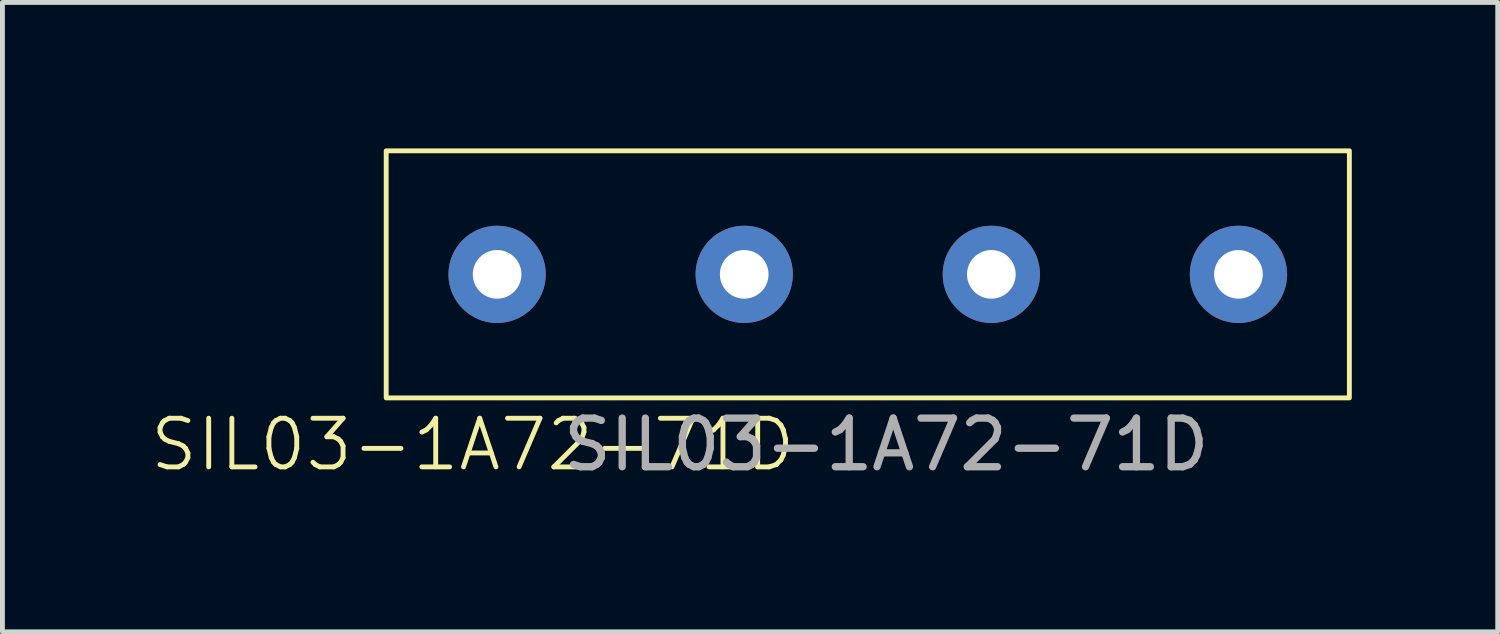
<source format=kicad_pcb>
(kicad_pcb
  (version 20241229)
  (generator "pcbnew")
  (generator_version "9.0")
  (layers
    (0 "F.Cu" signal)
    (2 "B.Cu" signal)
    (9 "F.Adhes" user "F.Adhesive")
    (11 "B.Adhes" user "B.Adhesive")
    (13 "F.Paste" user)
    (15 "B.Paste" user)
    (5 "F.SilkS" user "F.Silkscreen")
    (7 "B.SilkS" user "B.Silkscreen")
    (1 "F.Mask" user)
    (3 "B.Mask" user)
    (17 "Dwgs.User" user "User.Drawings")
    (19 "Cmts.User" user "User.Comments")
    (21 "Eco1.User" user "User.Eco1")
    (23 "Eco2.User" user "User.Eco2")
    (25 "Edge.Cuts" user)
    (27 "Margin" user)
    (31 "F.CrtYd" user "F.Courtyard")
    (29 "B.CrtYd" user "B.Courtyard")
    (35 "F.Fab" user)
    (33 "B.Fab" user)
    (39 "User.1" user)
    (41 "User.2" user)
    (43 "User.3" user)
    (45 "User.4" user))
  (footprint "SIL03-1A72-71D"
    (layer "F.Cu")
    (at 7.169 2.59)
    (property "Reference" "SIL03-1A72-71D" (at -0.5 3.5 0) (unlocked yes) (layer "F.SilkS") (effects (font (size 1 1) (thickness 0.1))))
    (attr smd)
    (fp_rect (start -2.28 -2.54) (end 17.52 2.54) (stroke (width 0.1) (type default)) (fill no) (layer "F.SilkS"))
    (fp_text user "${REFERENCE}" (at 8 3.5 0) (unlocked yes) (layer "F.Fab") (effects (font (size 1 1) (thickness 0.15))))
    (pad "1" thru_hole circle (at 0 0) (size 2 2) (drill 1) (layers "*.Cu" "*.Mask"))
    (pad "3" thru_hole circle (at 5.08 0) (size 2 2) (drill 1) (layers "*.Cu" "*.Mask"))
    (pad "5" thru_hole circle (at 10.16 0) (size 2 2) (drill 1) (layers "*.Cu" "*.Mask"))
    (pad "7" thru_hole circle (at 15.24 0) (size 2 2) (drill 1) (layers "*.Cu" "*.Mask")))
  (gr_rect
    (start -3 -3)
    (end 27.739 9.938)
    (stroke (width 0.1) (type default))
    (fill no)
    (layer "Edge.Cuts")))
</source>
